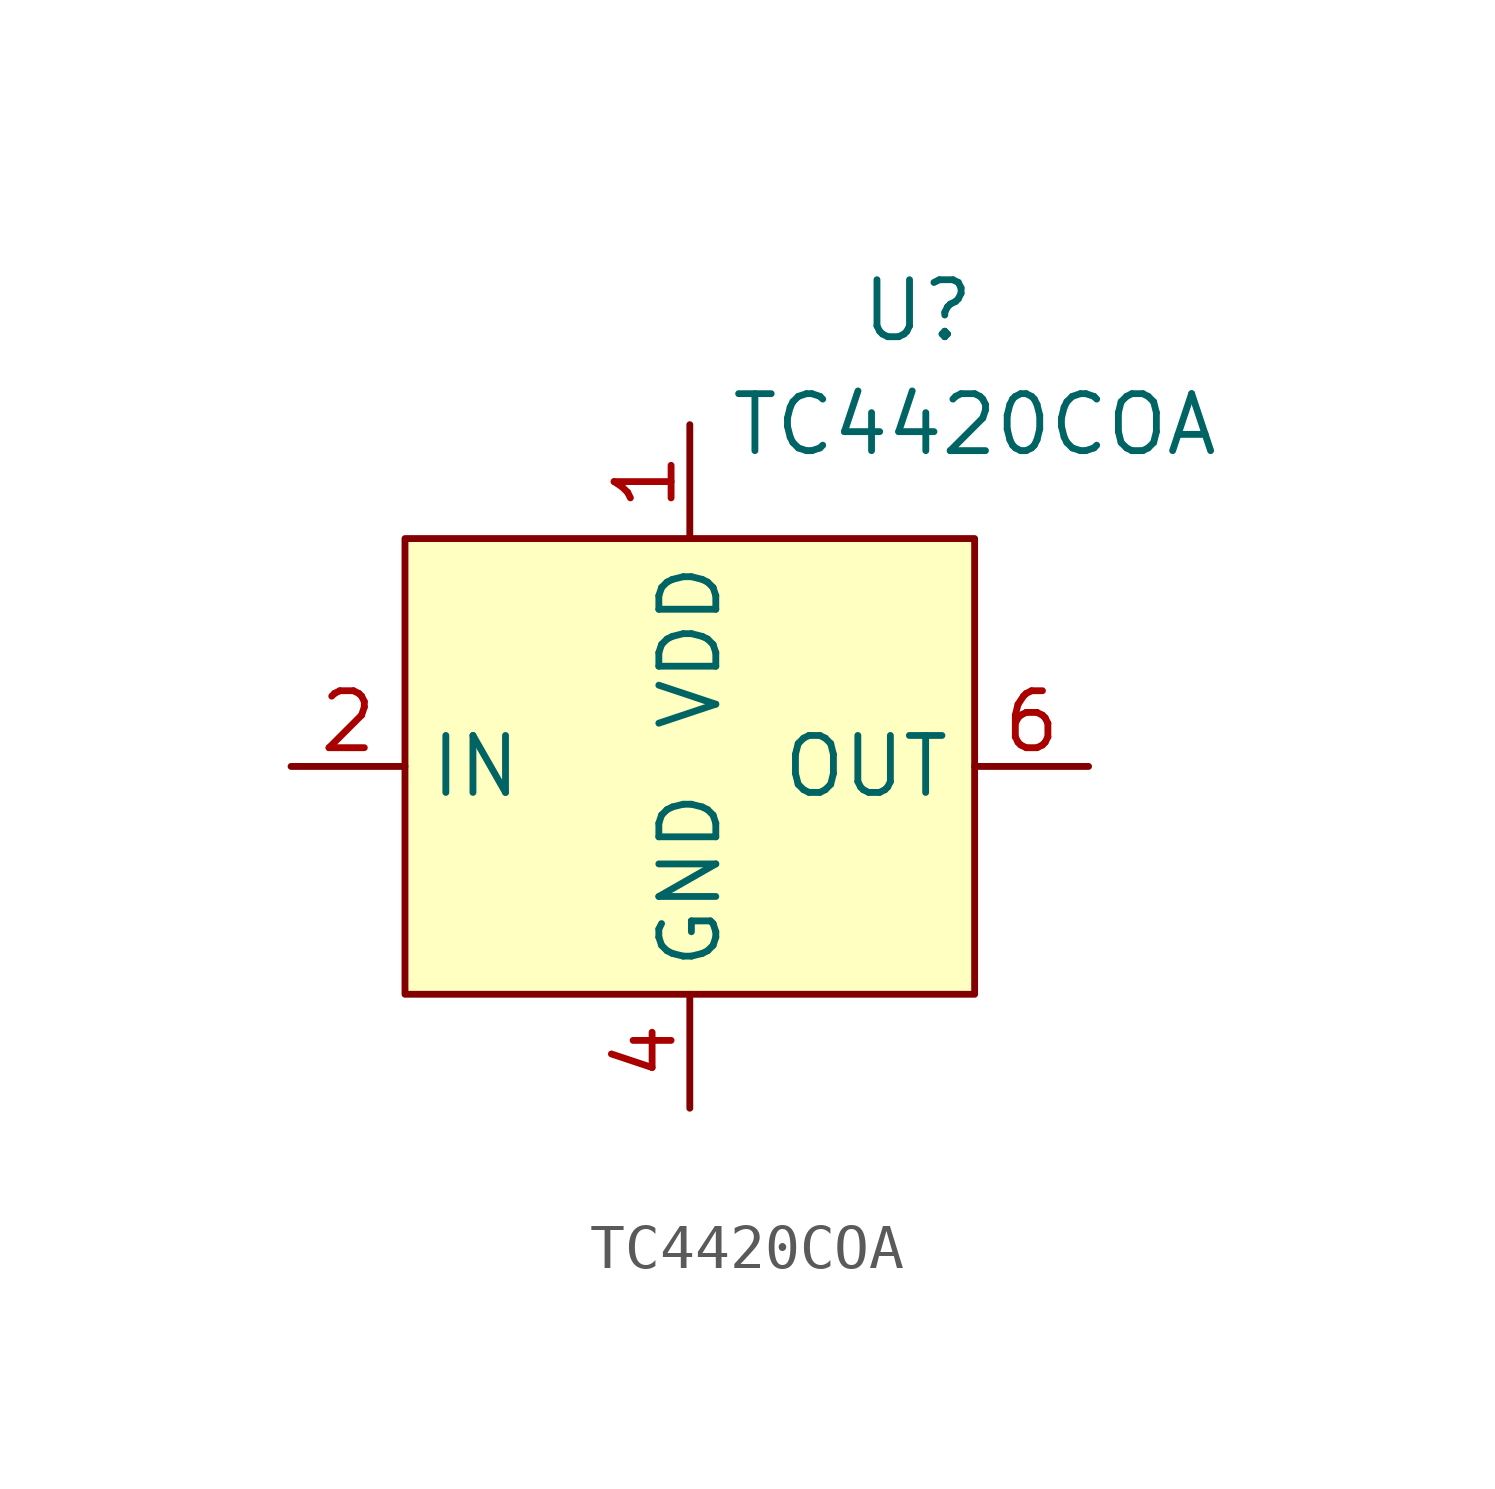
<source format=kicad_sym>
(kicad_symbol_lib
  (version 20220914)
  (generator kicad_symbol_editor)
  (symbol "TC4420COA"
    (property "Reference" "U"
      (at 5.08 10.16 0)
      (effects (font (size 1.27 1.27))))
    (property "Value" "TC4420COA"
      (at 6.35 7.62 0)
      (effects (font (size 1.27 1.27))))
    (symbol "TC4420COA_0_1"
      (rectangle (start -6.35 5.08) (end 6.35 -5.08) (stroke (width 0) (type default)) (fill (type background))))
    (symbol "TC4420COA_1_1"
      (pin power_in line (at 0 7.62 270) (length 2.54) (name "VDD" (effects (font (size 1.27 1.27)))) (number "1" (effects (font (size 1.27 1.27)))))
      (pin input line (at -8.89 0 0) (length 2.54) (name "IN" (effects (font (size 1.27 1.27)))) (number "2" (effects (font (size 1.27 1.27)))))
      (pin power_in line (at 0 -7.62 90) (length 2.54) (name "GND" (effects (font (size 1.27 1.27)))) (number "4" (effects (font (size 1.27 1.27)))))
      (pin power_in line (at 0 -7.62 90) (length 2.54) hide (name "GND" (effects (font (size 1.27 1.27)))) (number "5" (effects (font (size 1.27 1.27)))))
      (pin output line (at 8.89 0 180) (length 2.54) (name "OUT" (effects (font (size 1.27 1.27)))) (number "6" (effects (font (size 1.27 1.27)))))
      (pin output line (at 8.89 0 180) (length 2.54) hide (name "OUT" (effects (font (size 1.27 1.27)))) (number "7" (effects (font (size 1.27 1.27)))))
      (pin power_in line (at 0 7.62 270) (length 2.54) hide (name "VDD" (effects (font (size 1.27 1.27)))) (number "8" (effects (font (size 1.27 1.27))))))))
</source>
